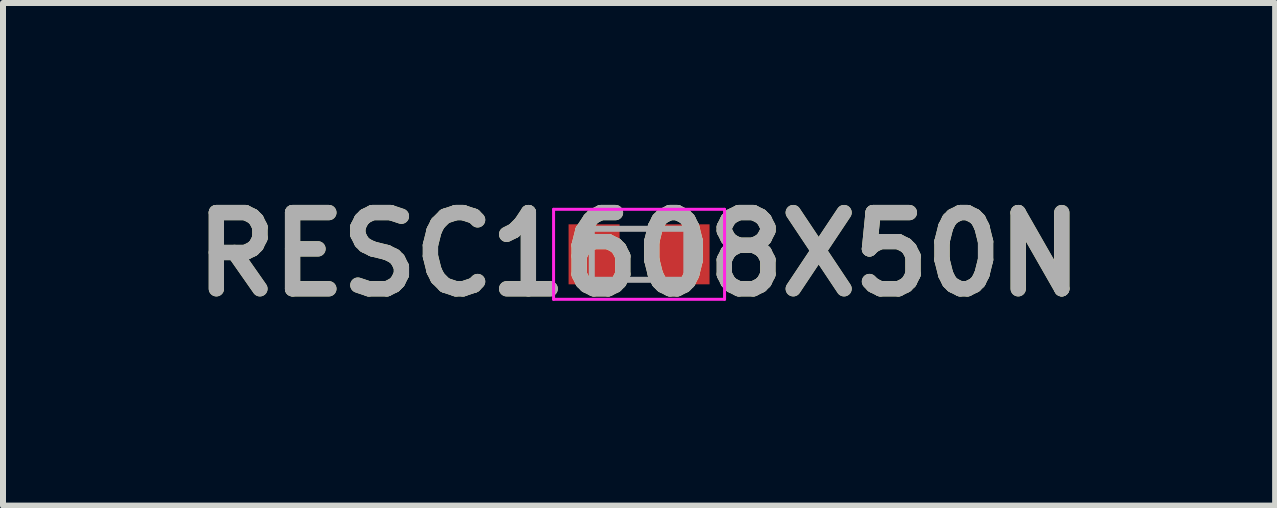
<source format=kicad_pcb>
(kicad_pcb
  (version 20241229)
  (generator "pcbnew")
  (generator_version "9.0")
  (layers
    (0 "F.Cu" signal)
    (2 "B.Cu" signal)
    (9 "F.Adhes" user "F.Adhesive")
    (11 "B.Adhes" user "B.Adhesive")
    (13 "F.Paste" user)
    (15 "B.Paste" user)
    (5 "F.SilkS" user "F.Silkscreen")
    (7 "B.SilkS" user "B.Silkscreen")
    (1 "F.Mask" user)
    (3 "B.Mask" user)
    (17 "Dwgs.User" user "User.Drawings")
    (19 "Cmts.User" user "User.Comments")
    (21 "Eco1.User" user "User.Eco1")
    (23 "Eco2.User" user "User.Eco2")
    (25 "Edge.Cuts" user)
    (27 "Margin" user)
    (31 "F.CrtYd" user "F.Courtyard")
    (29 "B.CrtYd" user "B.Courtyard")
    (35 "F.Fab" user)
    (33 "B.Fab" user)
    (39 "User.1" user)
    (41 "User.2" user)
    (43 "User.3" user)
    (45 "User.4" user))
  (footprint "RESC1608X50N"
    (layer "F.Cu")
    (at 7.602 1.189)
    (property "Reference" "RESC1608X50N" (at 0 0 0) (layer "F.SilkS") (effects (font (size 1.27 1.27) (thickness 0.254))))
    (attr smd)
    (fp_line (start -1.425 -0.75) (end 1.425 -0.75) (stroke (width 0.05) (type solid)) (layer "F.CrtYd"))
    (fp_line (start -1.425 0.75) (end -1.425 -0.75) (stroke (width 0.05) (type solid)) (layer "F.CrtYd"))
    (fp_line (start 1.425 -0.75) (end 1.425 0.75) (stroke (width 0.05) (type solid)) (layer "F.CrtYd"))
    (fp_line (start 1.425 0.75) (end -1.425 0.75) (stroke (width 0.05) (type solid)) (layer "F.CrtYd"))
    (fp_line (start -0.788 -0.425) (end 0.788 -0.425) (stroke (width 0.1) (type solid)) (layer "F.Fab"))
    (fp_line (start -0.788 0.425) (end -0.788 -0.425) (stroke (width 0.1) (type solid)) (layer "F.Fab"))
    (fp_line (start 0.788 -0.425) (end 0.788 0.425) (stroke (width 0.1) (type solid)) (layer "F.Fab"))
    (fp_line (start 0.788 0.425) (end -0.788 0.425) (stroke (width 0.1) (type solid)) (layer "F.Fab"))
    (fp_text user "${REFERENCE}" (at 0 0 0) (layer "F.Fab") (effects (font (size 1.27 1.27) (thickness 0.254))))
    (pad "1" smd rect (at -0.75 0) (size 0.85 1) (layers "F.Cu" "F.Mask" "F.Paste"))
    (pad "2" smd rect (at 0.75 0) (size 0.85 1) (layers "F.Cu" "F.Mask" "F.Paste")))
  (gr_rect
    (start -3 -3)
    (end 18.204 5.377)
    (stroke (width 0.1) (type default))
    (fill no)
    (layer "Edge.Cuts")))
</source>
